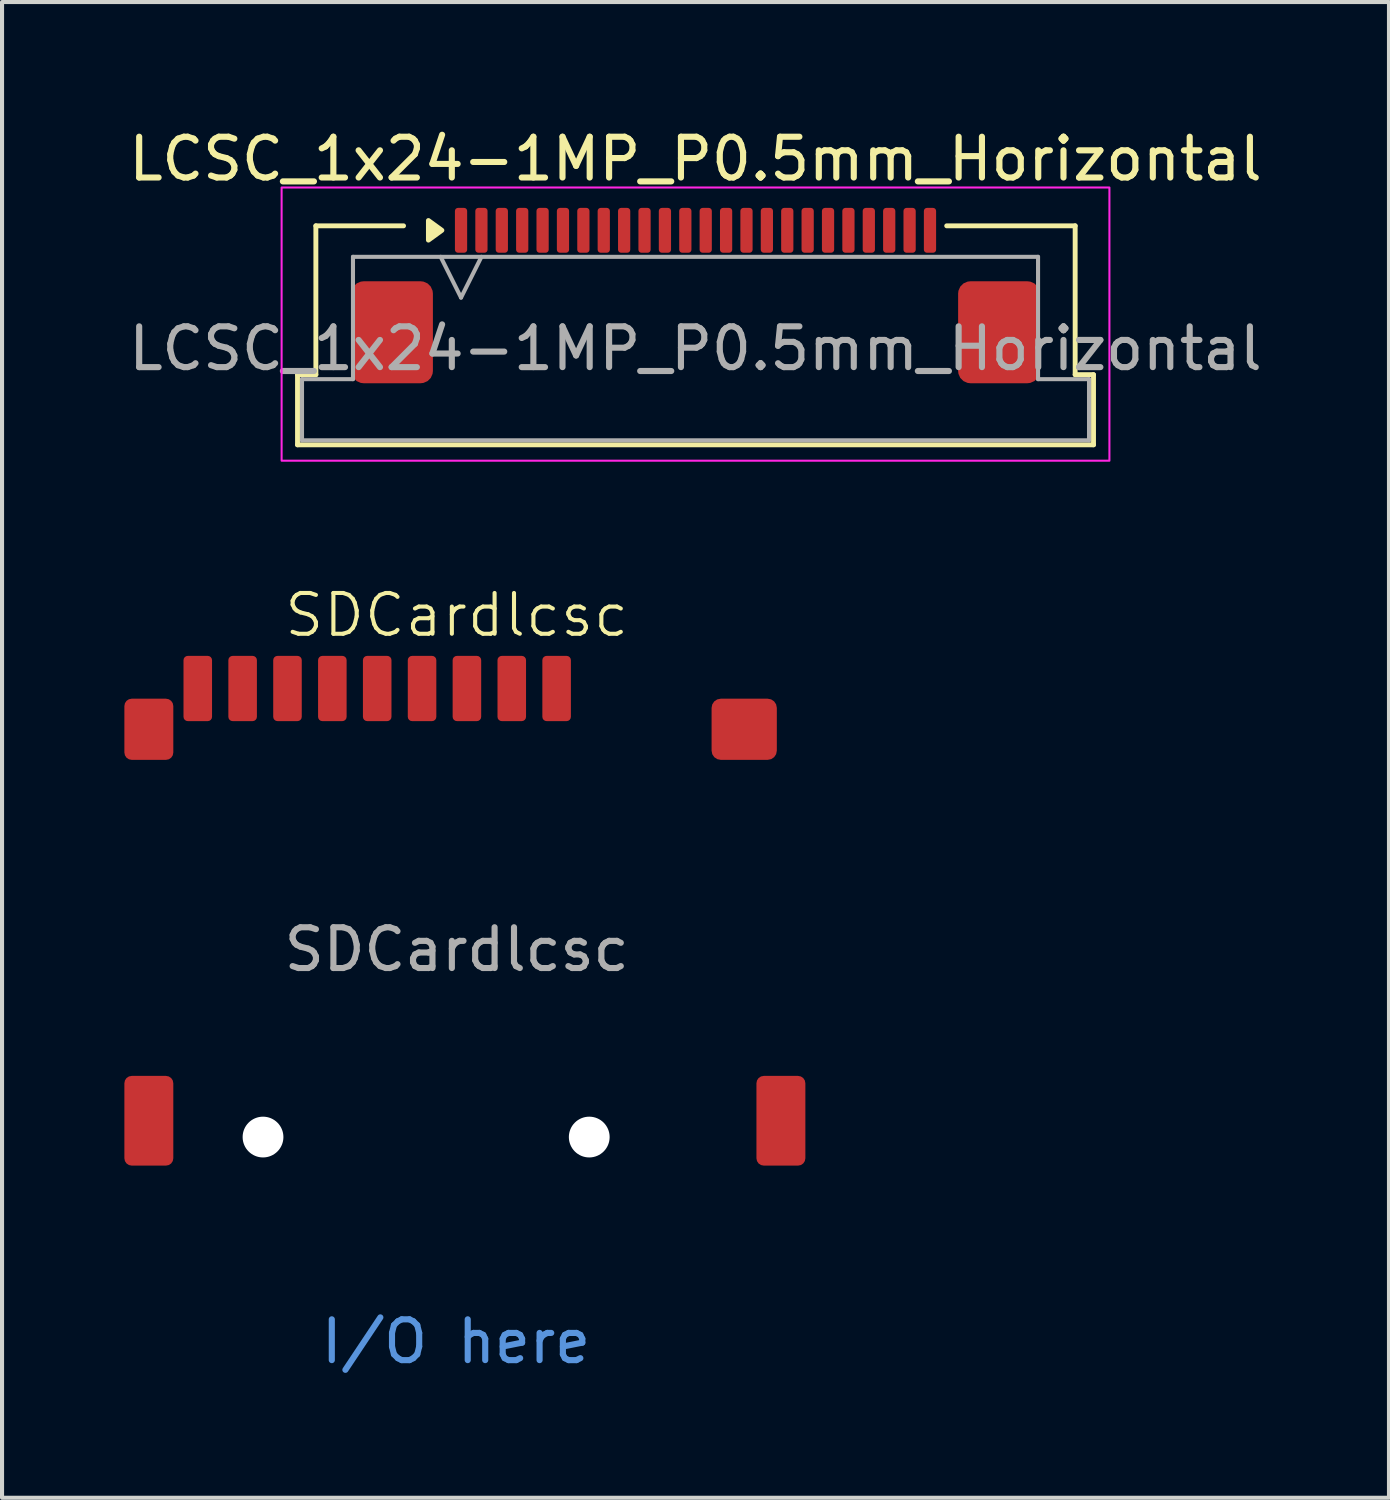
<source format=kicad_pcb>
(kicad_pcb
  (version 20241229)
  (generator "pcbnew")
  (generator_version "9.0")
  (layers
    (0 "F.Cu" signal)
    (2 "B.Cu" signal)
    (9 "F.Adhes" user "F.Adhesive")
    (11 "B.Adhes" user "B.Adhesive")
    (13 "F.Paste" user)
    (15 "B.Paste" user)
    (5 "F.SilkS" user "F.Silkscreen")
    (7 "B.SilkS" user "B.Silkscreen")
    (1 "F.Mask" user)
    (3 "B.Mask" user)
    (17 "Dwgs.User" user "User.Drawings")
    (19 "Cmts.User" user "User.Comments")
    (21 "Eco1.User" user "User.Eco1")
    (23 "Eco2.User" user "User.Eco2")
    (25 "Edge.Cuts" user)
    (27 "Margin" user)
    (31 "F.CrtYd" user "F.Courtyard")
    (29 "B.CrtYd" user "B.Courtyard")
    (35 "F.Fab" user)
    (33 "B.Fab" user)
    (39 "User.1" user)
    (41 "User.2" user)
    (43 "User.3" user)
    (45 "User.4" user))
  (footprint "LCSC_1x24-1MP_P0.5mm_Horizontal"
    (layer "F.Cu")
    (at 14.006 5.498)
    (property "Reference" "LCSC_1x24-1MP_P0.5mm_Horizontal" (at 0 -4.65 0) (layer "F.SilkS") (effects (font (size 1 1) (thickness 0.15))))
    (attr smd)
    (fp_line (start -9.76 0.64) (end -9.31 0.64) (stroke (width 0.12) (type solid)) (layer "F.SilkS"))
    (fp_line (start -9.76 2.36) (end -9.76 0.64) (stroke (width 0.12) (type solid)) (layer "F.SilkS"))
    (fp_line (start -9.31 -3.01) (end -7.16 -3.01) (stroke (width 0.12) (type solid)) (layer "F.SilkS"))
    (fp_line (start -9.31 0.64) (end -9.31 -3.01) (stroke (width 0.12) (type solid)) (layer "F.SilkS"))
    (fp_line (start 6.16 -3.01) (end 9.31 -3.01) (stroke (width 0.12) (type solid)) (layer "F.SilkS"))
    (fp_line (start 9.31 -3.01) (end 9.31 0.64) (stroke (width 0.12) (type solid)) (layer "F.SilkS"))
    (fp_line (start 9.31 0.64) (end 9.76 0.64) (stroke (width 0.12) (type solid)) (layer "F.SilkS"))
    (fp_line (start 9.76 0.64) (end 9.76 2.36) (stroke (width 0.12) (type solid)) (layer "F.SilkS"))
    (fp_line (start 9.76 2.36) (end -9.76 2.36) (stroke (width 0.12) (type solid)) (layer "F.SilkS"))
    (fp_poly (pts (xy -6.22 -2.9) (xy -6.55 -2.66) (xy -6.55 -3.14)) (stroke (width 0.12) (type solid)) (fill yes) (layer "F.SilkS"))
    (fp_rect (start -10.15 -3.95) (end 10.15 2.75) (stroke (width 0.05) (type solid)) (fill no) (layer "F.CrtYd"))
    (fp_line (start -9.65 0.75) (end -8.4 0.75) (stroke (width 0.1) (type solid)) (layer "F.Fab"))
    (fp_line (start -9.65 2.25) (end -9.65 0.75) (stroke (width 0.1) (type solid)) (layer "F.Fab"))
    (fp_line (start -8.4 -2.25) (end 8.4 -2.25) (stroke (width 0.1) (type solid)) (layer "F.Fab"))
    (fp_line (start -8.4 0.75) (end -8.4 -2.25) (stroke (width 0.1) (type solid)) (layer "F.Fab"))
    (fp_line (start -6.25 -2.25) (end -5.75 -1.25) (stroke (width 0.1) (type solid)) (layer "F.Fab"))
    (fp_line (start -5.75 -1.25) (end -5.25 -2.25) (stroke (width 0.1) (type solid)) (layer "F.Fab"))
    (fp_line (start 8.4 -2.25) (end 8.4 0.75) (stroke (width 0.1) (type solid)) (layer "F.Fab"))
    (fp_line (start 8.4 0.75) (end 9.65 0.75) (stroke (width 0.1) (type solid)) (layer "F.Fab"))
    (fp_line (start 9.65 0.75) (end 9.65 2.25) (stroke (width 0.1) (type solid)) (layer "F.Fab"))
    (fp_line (start 9.65 2.25) (end -9.65 2.25) (stroke (width 0.1) (type solid)) (layer "F.Fab"))
    (fp_text user "${REFERENCE}" (at 0 0 0) (layer "F.Fab") (effects (font (size 1 1) (thickness 0.15))))
    (pad "1" smd roundrect (at -5.75 -2.9) (size 0.3 1.1) (layers "F.Cu" "F.Mask" "F.Paste") (roundrect_rratio 0.25))
    (pad "2" smd roundrect (at -5.25 -2.9) (size 0.3 1.1) (layers "F.Cu" "F.Mask" "F.Paste") (roundrect_rratio 0.25))
    (pad "3" smd roundrect (at -4.75 -2.9) (size 0.3 1.1) (layers "F.Cu" "F.Mask" "F.Paste") (roundrect_rratio 0.25))
    (pad "4" smd roundrect (at -4.25 -2.9) (size 0.3 1.1) (layers "F.Cu" "F.Mask" "F.Paste") (roundrect_rratio 0.25))
    (pad "5" smd roundrect (at -3.75 -2.9) (size 0.3 1.1) (layers "F.Cu" "F.Mask" "F.Paste") (roundrect_rratio 0.25))
    (pad "6" smd roundrect (at -3.25 -2.9) (size 0.3 1.1) (layers "F.Cu" "F.Mask" "F.Paste") (roundrect_rratio 0.25))
    (pad "7" smd roundrect (at -2.75 -2.9) (size 0.3 1.1) (layers "F.Cu" "F.Mask" "F.Paste") (roundrect_rratio 0.25))
    (pad "8" smd roundrect (at -2.25 -2.9) (size 0.3 1.1) (layers "F.Cu" "F.Mask" "F.Paste") (roundrect_rratio 0.25))
    (pad "9" smd roundrect (at -1.75 -2.9) (size 0.3 1.1) (layers "F.Cu" "F.Mask" "F.Paste") (roundrect_rratio 0.25))
    (pad "10" smd roundrect (at -1.25 -2.9) (size 0.3 1.1) (layers "F.Cu" "F.Mask" "F.Paste") (roundrect_rratio 0.25))
    (pad "11" smd roundrect (at -0.75 -2.9) (size 0.3 1.1) (layers "F.Cu" "F.Mask" "F.Paste") (roundrect_rratio 0.25))
    (pad "12" smd roundrect (at -0.25 -2.9) (size 0.3 1.1) (layers "F.Cu" "F.Mask" "F.Paste") (roundrect_rratio 0.25))
    (pad "13" smd roundrect (at 0.25 -2.9) (size 0.3 1.1) (layers "F.Cu" "F.Mask" "F.Paste") (roundrect_rratio 0.25))
    (pad "14" smd roundrect (at 0.75 -2.9) (size 0.3 1.1) (layers "F.Cu" "F.Mask" "F.Paste") (roundrect_rratio 0.25))
    (pad "15" smd roundrect (at 1.25 -2.9) (size 0.3 1.1) (layers "F.Cu" "F.Mask" "F.Paste") (roundrect_rratio 0.25))
    (pad "16" smd roundrect (at 1.75 -2.9) (size 0.3 1.1) (layers "F.Cu" "F.Mask" "F.Paste") (roundrect_rratio 0.25))
    (pad "17" smd roundrect (at 2.25 -2.9) (size 0.3 1.1) (layers "F.Cu" "F.Mask" "F.Paste") (roundrect_rratio 0.25))
    (pad "18" smd roundrect (at 2.75 -2.9) (size 0.3 1.1) (layers "F.Cu" "F.Mask" "F.Paste") (roundrect_rratio 0.25))
    (pad "19" smd roundrect (at 3.25 -2.9) (size 0.3 1.1) (layers "F.Cu" "F.Mask" "F.Paste") (roundrect_rratio 0.25))
    (pad "20" smd roundrect (at 3.75 -2.9) (size 0.3 1.1) (layers "F.Cu" "F.Mask" "F.Paste") (roundrect_rratio 0.25))
    (pad "21" smd roundrect (at 4.25 -2.9) (size 0.3 1.1) (layers "F.Cu" "F.Mask" "F.Paste") (roundrect_rratio 0.25))
    (pad "22" smd roundrect (at 4.75 -2.9) (size 0.3 1.1) (layers "F.Cu" "F.Mask" "F.Paste") (roundrect_rratio 0.25))
    (pad "23" smd roundrect (at 5.25 -2.9) (size 0.3 1.1) (layers "F.Cu" "F.Mask" "F.Paste") (roundrect_rratio 0.25))
    (pad "24" smd roundrect (at 5.75 -2.9) (size 0.3 1.1) (layers "F.Cu" "F.Mask" "F.Paste") (roundrect_rratio 0.25))
    (pad "MP" smd roundrect (at -7.44 -0.4) (size 2 2.5) (layers "F.Cu" "F.Mask" "F.Paste") (roundrect_rratio 0.15))
    (pad "MP" smd roundrect (at 7.44 -0.4) (size 2 2.5) (layers "F.Cu" "F.Mask" "F.Paste") (roundrect_rratio 0.15)))
  (footprint "SDCardlcsc"
    (layer "F.Cu")
    (at 8.15 21.034)
    (property "Reference" "SDCardlcsc" (at 0 -9 0) (unlocked yes) (layer "F.SilkS") (effects (font (size 1 1) (thickness 0.1))))
    (attr smd)
    (fp_rect (start -7.38 -6.7) (end 7.38 7.8) (stroke (width 0.1) (type solid)) (fill no) (layer "Margin"))
    (fp_text user "I/O here" (at -3.4 9.4 0) (unlocked yes) (layer "Cmts.User") (effects (font (size 1 1) (thickness 0.15)) (justify left bottom)))
    (fp_text user "${REFERENCE}" (at 0 -0.8 0) (unlocked yes) (layer "F.Fab") (effects (font (size 1 1) (thickness 0.15))))
    (pad "" np_thru_hole circle (at -4.75 3.8) (size 1 1) (drill 1) (layers "*.Cu" "*.Mask"))
    (pad "" np_thru_hole circle (at 3.25 3.8) (size 1 1) (drill 1) (layers "*.Cu" "*.Mask"))
    (pad "1" smd roundrect (at 2.45 -7.2) (size 0.7 1.6) (layers "F.Cu" "F.Mask" "F.Paste") (roundrect_rratio 0.15))
    (pad "2" smd roundrect (at 1.35 -7.2) (size 0.7 1.6) (layers "F.Cu" "F.Mask" "F.Paste") (roundrect_rratio 0.15))
    (pad "3" smd roundrect (at 0.25 -7.2) (size 0.7 1.6) (layers "F.Cu" "F.Mask" "F.Paste") (roundrect_rratio 0.15))
    (pad "4" smd roundrect (at -0.85 -7.2) (size 0.7 1.6) (layers "F.Cu" "F.Mask" "F.Paste") (roundrect_rratio 0.15))
    (pad "5" smd roundrect (at -1.95 -7.2) (size 0.7 1.6) (layers "F.Cu" "F.Mask" "F.Paste") (roundrect_rratio 0.15))
    (pad "6" smd roundrect (at -3.05 -7.2) (size 0.7 1.6) (layers "F.Cu" "F.Mask" "F.Paste") (roundrect_rratio 0.15))
    (pad "7" smd roundrect (at -4.15 -7.2) (size 0.7 1.6) (layers "F.Cu" "F.Mask" "F.Paste") (roundrect_rratio 0.15))
    (pad "8" smd roundrect (at -5.25 -7.2) (size 0.7 1.6) (layers "F.Cu" "F.Mask" "F.Paste") (roundrect_rratio 0.15))
    (pad "9" smd roundrect (at -6.35 -7.2) (size 0.7 1.6) (layers "F.Cu" "F.Mask" "F.Paste") (roundrect_rratio 0.15))
    (pad "10" smd roundrect (at -7.55 -6.2) (size 1.2 1.5) (layers "F.Cu" "F.Mask" "F.Paste") (roundrect_rratio 0.15))
    (pad "10" smd roundrect (at -7.55 3.4) (size 1.2 2.2) (layers "F.Cu" "F.Mask" "F.Paste") (roundrect_rratio 0.15))
    (pad "10" smd roundrect (at 7.05 -6.2) (size 1.6 1.5) (layers "F.Cu" "F.Mask" "F.Paste") (roundrect_rratio 0.15))
    (pad "10" smd roundrect (at 7.95 3.4) (size 1.2 2.2) (layers "F.Cu" "F.Mask" "F.Paste") (roundrect_rratio 0.15)))
  (gr_rect
    (start -3 -3)
    (end 31.012 33.68)
    (stroke (width 0.1) (type default))
    (fill no)
    (layer "Edge.Cuts")))
</source>
